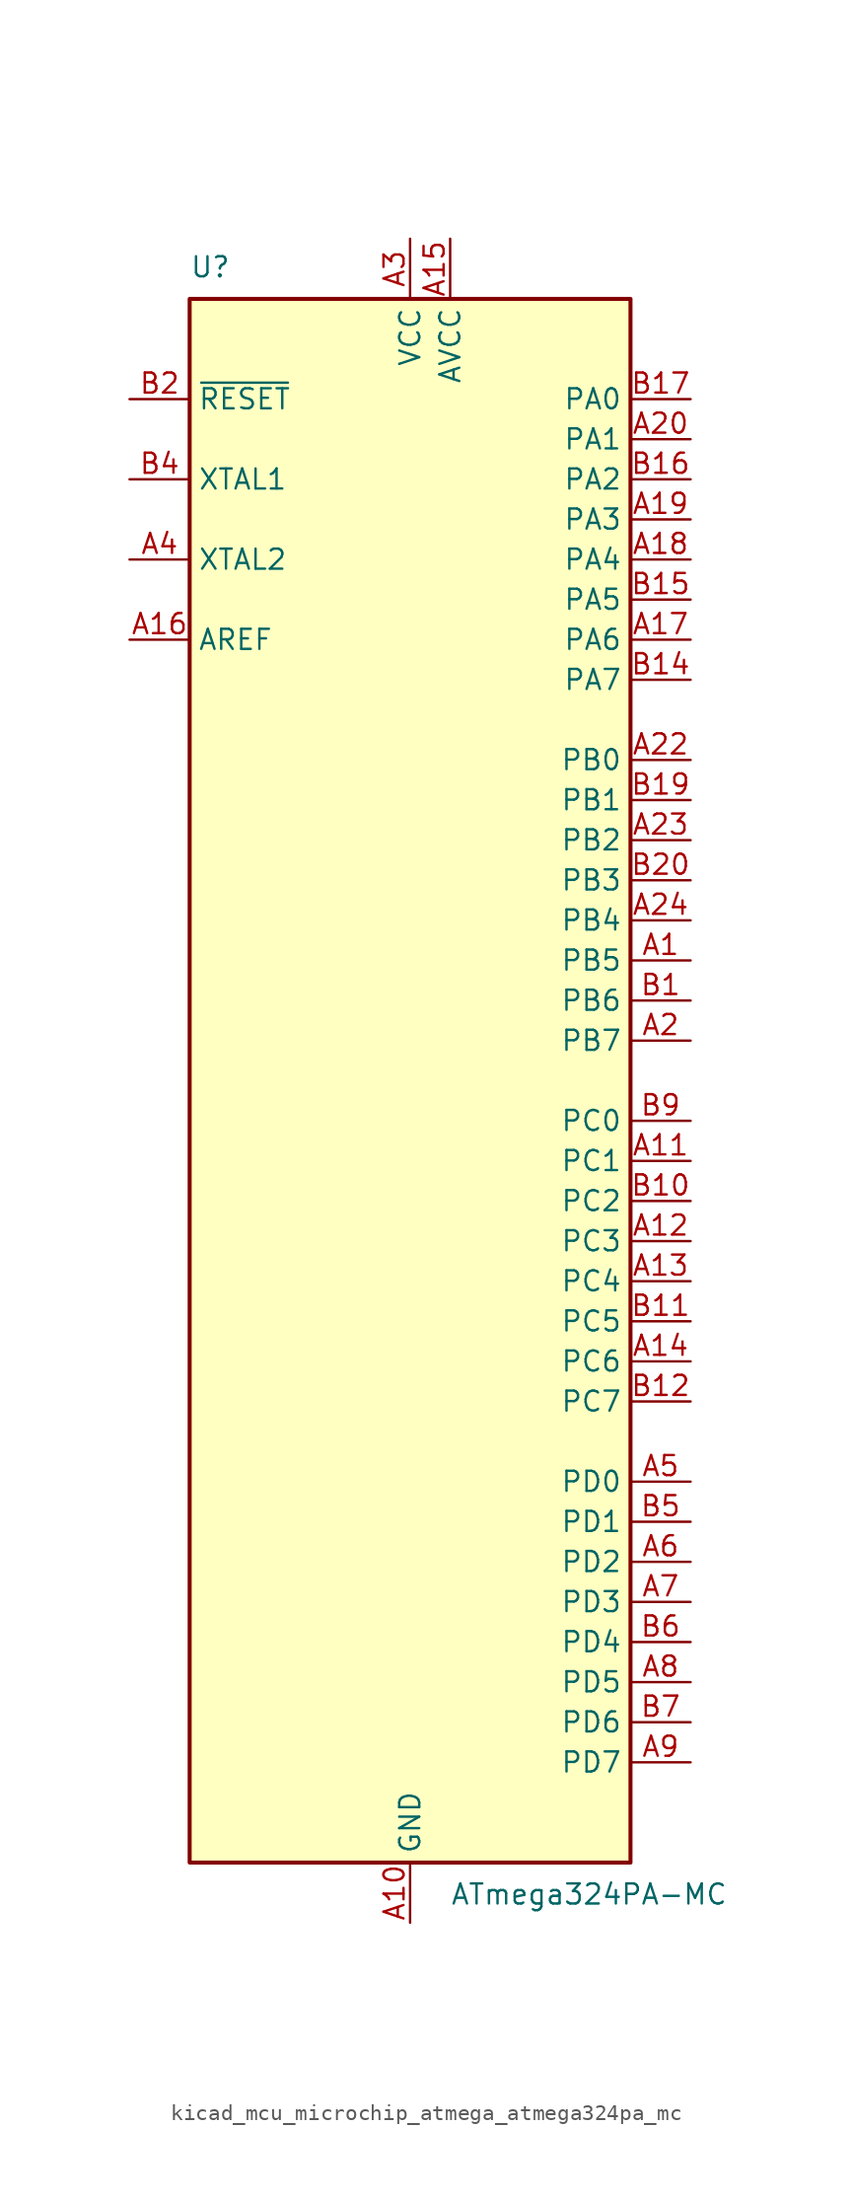
<source format=kicad_sym>
(kicad_symbol_lib
  (version 20220914)
  (generator kicad_symbol_editor)
  (symbol "kicad_mcu_microchip_atmega_atmega324pa_mc"
    (property "Reference" "U"
      (at -13.97 50.8 0)
      (effects (font (size 1.27 1.27)) (justify left bottom)))
    (property "Value" "ATmega324PA-MC"
      (at 2.54 -50.8 0)
      (effects (font (size 1.27 1.27)) (justify left top)))
    (symbol "kicad_mcu_microchip_atmega_atmega324pa_mc_0_1"
      (rectangle (start -13.97 -49.53) (end 13.97 49.53) (stroke (width 0.254) (type default)) (fill (type background))))
    (symbol "kicad_mcu_microchip_atmega_atmega324pa_mc_1_1"
      (pin bidirectional line (at 17.78 7.62 180) (length 3.81) (name "PB5" (effects (font (size 1.27 1.27)))) (number "A1" (effects (font (size 1.27 1.27)))))
      (pin power_in line (at 0 -53.34 90) (length 3.81) (name "GND" (effects (font (size 1.27 1.27)))) (number "A10" (effects (font (size 1.27 1.27)))))
      (pin bidirectional line (at 17.78 -5.08 180) (length 3.81) (name "PC1" (effects (font (size 1.27 1.27)))) (number "A11" (effects (font (size 1.27 1.27)))))
      (pin bidirectional line (at 17.78 -10.16 180) (length 3.81) (name "PC3" (effects (font (size 1.27 1.27)))) (number "A12" (effects (font (size 1.27 1.27)))))
      (pin bidirectional line (at 17.78 -12.7 180) (length 3.81) (name "PC4" (effects (font (size 1.27 1.27)))) (number "A13" (effects (font (size 1.27 1.27)))))
      (pin bidirectional line (at 17.78 -17.78 180) (length 3.81) (name "PC6" (effects (font (size 1.27 1.27)))) (number "A14" (effects (font (size 1.27 1.27)))))
      (pin power_in line (at 2.54 53.34 270) (length 3.81) (name "AVCC" (effects (font (size 1.27 1.27)))) (number "A15" (effects (font (size 1.27 1.27)))))
      (pin passive line (at -17.78 27.94 0) (length 3.81) (name "AREF" (effects (font (size 1.27 1.27)))) (number "A16" (effects (font (size 1.27 1.27)))))
      (pin bidirectional line (at 17.78 27.94 180) (length 3.81) (name "PA6" (effects (font (size 1.27 1.27)))) (number "A17" (effects (font (size 1.27 1.27)))))
      (pin bidirectional line (at 17.78 33.02 180) (length 3.81) (name "PA4" (effects (font (size 1.27 1.27)))) (number "A18" (effects (font (size 1.27 1.27)))))
      (pin bidirectional line (at 17.78 35.56 180) (length 3.81) (name "PA3" (effects (font (size 1.27 1.27)))) (number "A19" (effects (font (size 1.27 1.27)))))
      (pin bidirectional line (at 17.78 2.54 180) (length 3.81) (name "PB7" (effects (font (size 1.27 1.27)))) (number "A2" (effects (font (size 1.27 1.27)))))
      (pin bidirectional line (at 17.78 40.64 180) (length 3.81) (name "PA1" (effects (font (size 1.27 1.27)))) (number "A20" (effects (font (size 1.27 1.27)))))
      (pin passive line (at 0 53.34 270) (length 3.81) hide (name "VCC" (effects (font (size 1.27 1.27)))) (number "A21" (effects (font (size 1.27 1.27)))))
      (pin bidirectional line (at 17.78 20.32 180) (length 3.81) (name "PB0" (effects (font (size 1.27 1.27)))) (number "A22" (effects (font (size 1.27 1.27)))))
      (pin bidirectional line (at 17.78 15.24 180) (length 3.81) (name "PB2" (effects (font (size 1.27 1.27)))) (number "A23" (effects (font (size 1.27 1.27)))))
      (pin bidirectional line (at 17.78 10.16 180) (length 3.81) (name "PB4" (effects (font (size 1.27 1.27)))) (number "A24" (effects (font (size 1.27 1.27)))))
      (pin power_in line (at 0 53.34 270) (length 3.81) (name "VCC" (effects (font (size 1.27 1.27)))) (number "A3" (effects (font (size 1.27 1.27)))))
      (pin output line (at -17.78 33.02 0) (length 3.81) (name "XTAL2" (effects (font (size 1.27 1.27)))) (number "A4" (effects (font (size 1.27 1.27)))))
      (pin bidirectional line (at 17.78 -25.4 180) (length 3.81) (name "PD0" (effects (font (size 1.27 1.27)))) (number "A5" (effects (font (size 1.27 1.27)))))
      (pin bidirectional line (at 17.78 -30.48 180) (length 3.81) (name "PD2" (effects (font (size 1.27 1.27)))) (number "A6" (effects (font (size 1.27 1.27)))))
      (pin bidirectional line (at 17.78 -33.02 180) (length 3.81) (name "PD3" (effects (font (size 1.27 1.27)))) (number "A7" (effects (font (size 1.27 1.27)))))
      (pin bidirectional line (at 17.78 -38.1 180) (length 3.81) (name "PD5" (effects (font (size 1.27 1.27)))) (number "A8" (effects (font (size 1.27 1.27)))))
      (pin bidirectional line (at 17.78 -43.18 180) (length 3.81) (name "PD7" (effects (font (size 1.27 1.27)))) (number "A9" (effects (font (size 1.27 1.27)))))
      (pin bidirectional line (at 17.78 5.08 180) (length 3.81) (name "PB6" (effects (font (size 1.27 1.27)))) (number "B1" (effects (font (size 1.27 1.27)))))
      (pin bidirectional line (at 17.78 -7.62 180) (length 3.81) (name "PC2" (effects (font (size 1.27 1.27)))) (number "B10" (effects (font (size 1.27 1.27)))))
      (pin bidirectional line (at 17.78 -15.24 180) (length 3.81) (name "PC5" (effects (font (size 1.27 1.27)))) (number "B11" (effects (font (size 1.27 1.27)))))
      (pin bidirectional line (at 17.78 -20.32 180) (length 3.81) (name "PC7" (effects (font (size 1.27 1.27)))) (number "B12" (effects (font (size 1.27 1.27)))))
      (pin passive line (at 0 -53.34 90) (length 3.81) hide (name "GND" (effects (font (size 1.27 1.27)))) (number "B13" (effects (font (size 1.27 1.27)))))
      (pin bidirectional line (at 17.78 25.4 180) (length 3.81) (name "PA7" (effects (font (size 1.27 1.27)))) (number "B14" (effects (font (size 1.27 1.27)))))
      (pin bidirectional line (at 17.78 30.48 180) (length 3.81) (name "PA5" (effects (font (size 1.27 1.27)))) (number "B15" (effects (font (size 1.27 1.27)))))
      (pin bidirectional line (at 17.78 38.1 180) (length 3.81) (name "PA2" (effects (font (size 1.27 1.27)))) (number "B16" (effects (font (size 1.27 1.27)))))
      (pin bidirectional line (at 17.78 43.18 180) (length 3.81) (name "PA0" (effects (font (size 1.27 1.27)))) (number "B17" (effects (font (size 1.27 1.27)))))
      (pin passive line (at 0 -53.34 90) (length 3.81) hide (name "GND" (effects (font (size 1.27 1.27)))) (number "B18" (effects (font (size 1.27 1.27)))))
      (pin bidirectional line (at 17.78 17.78 180) (length 3.81) (name "PB1" (effects (font (size 1.27 1.27)))) (number "B19" (effects (font (size 1.27 1.27)))))
      (pin input line (at -17.78 43.18 0) (length 3.81) (name "~{RESET}" (effects (font (size 1.27 1.27)))) (number "B2" (effects (font (size 1.27 1.27)))))
      (pin bidirectional line (at 17.78 12.7 180) (length 3.81) (name "PB3" (effects (font (size 1.27 1.27)))) (number "B20" (effects (font (size 1.27 1.27)))))
      (pin passive line (at 0 -53.34 90) (length 3.81) hide (name "GND" (effects (font (size 1.27 1.27)))) (number "B3" (effects (font (size 1.27 1.27)))))
      (pin input line (at -17.78 38.1 0) (length 3.81) (name "XTAL1" (effects (font (size 1.27 1.27)))) (number "B4" (effects (font (size 1.27 1.27)))))
      (pin bidirectional line (at 17.78 -27.94 180) (length 3.81) (name "PD1" (effects (font (size 1.27 1.27)))) (number "B5" (effects (font (size 1.27 1.27)))))
      (pin bidirectional line (at 17.78 -35.56 180) (length 3.81) (name "PD4" (effects (font (size 1.27 1.27)))) (number "B6" (effects (font (size 1.27 1.27)))))
      (pin bidirectional line (at 17.78 -40.64 180) (length 3.81) (name "PD6" (effects (font (size 1.27 1.27)))) (number "B7" (effects (font (size 1.27 1.27)))))
      (pin passive line (at 0 53.34 270) (length 3.81) hide (name "VCC" (effects (font (size 1.27 1.27)))) (number "B8" (effects (font (size 1.27 1.27)))))
      (pin bidirectional line (at 17.78 -2.54 180) (length 3.81) (name "PC0" (effects (font (size 1.27 1.27)))) (number "B9" (effects (font (size 1.27 1.27)))))
      (pin passive line (at 0 -53.34 90) (length 3.81) hide (name "GND" (effects (font (size 1.27 1.27)))) (number "EP" (effects (font (size 1.27 1.27))))))))
</source>
